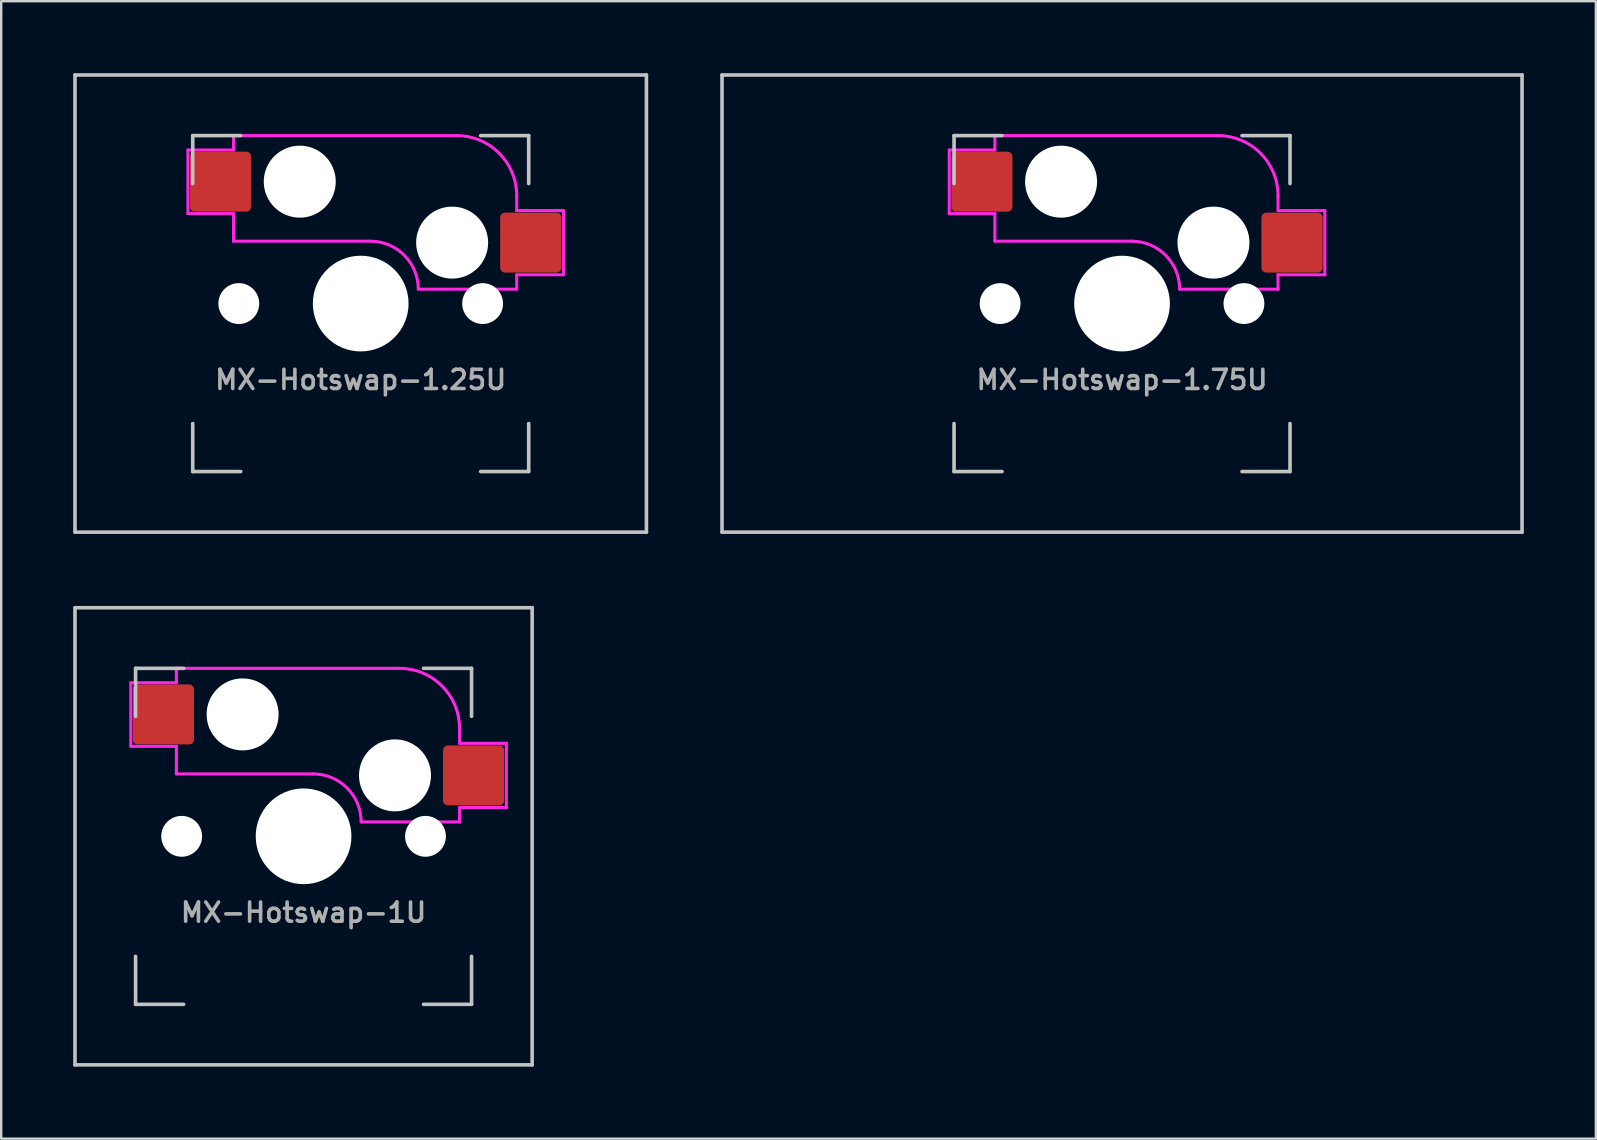
<source format=kicad_pcb>
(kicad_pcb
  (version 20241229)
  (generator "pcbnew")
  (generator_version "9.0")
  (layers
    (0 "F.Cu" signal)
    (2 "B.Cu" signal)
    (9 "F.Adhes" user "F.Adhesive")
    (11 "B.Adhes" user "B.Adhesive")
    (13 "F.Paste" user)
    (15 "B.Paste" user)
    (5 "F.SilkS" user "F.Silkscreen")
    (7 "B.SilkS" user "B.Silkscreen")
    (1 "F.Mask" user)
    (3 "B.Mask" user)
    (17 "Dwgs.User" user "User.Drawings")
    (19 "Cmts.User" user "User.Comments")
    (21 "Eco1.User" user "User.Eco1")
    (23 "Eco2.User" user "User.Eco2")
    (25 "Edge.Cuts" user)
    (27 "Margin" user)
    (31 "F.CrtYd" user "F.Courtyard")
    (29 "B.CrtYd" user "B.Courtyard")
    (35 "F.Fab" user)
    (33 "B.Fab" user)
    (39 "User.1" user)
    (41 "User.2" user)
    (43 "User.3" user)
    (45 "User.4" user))
  (footprint "MX-Hotswap-1U"
    (layer "F.Cu")
    (at 9.6 31.8)
    (property "Reference" "MX-Hotswap-1U" (at 0 3.175 0) (layer "F.Fab") (effects (font (size 0.8 0.8) (thickness 0.15))))
    (attr smd)
    (fp_line (start -9.525 -9.525) (end 9.525 -9.525) (stroke (width 0.15) (type solid)) (layer "Dwgs.User"))
    (fp_line (start -9.525 9.525) (end -9.525 -9.525) (stroke (width 0.15) (type solid)) (layer "Dwgs.User"))
    (fp_line (start -9.525 9.525) (end 9.525 9.525) (stroke (width 0.15) (type solid)) (layer "Dwgs.User"))
    (fp_line (start -7 -7) (end -7 -5) (stroke (width 0.15) (type solid)) (layer "Dwgs.User"))
    (fp_line (start -7 7) (end -7 5) (stroke (width 0.15) (type solid)) (layer "Dwgs.User"))
    (fp_line (start -5 -7) (end -7 -7) (stroke (width 0.15) (type solid)) (layer "Dwgs.User"))
    (fp_line (start -5 7) (end -7 7) (stroke (width 0.15) (type solid)) (layer "Dwgs.User"))
    (fp_line (start 5 -7) (end 7 -7) (stroke (width 0.15) (type solid)) (layer "Dwgs.User"))
    (fp_line (start 7 -7) (end 7 -5) (stroke (width 0.15) (type solid)) (layer "Dwgs.User"))
    (fp_line (start 7 5) (end 7 7) (stroke (width 0.15) (type solid)) (layer "Dwgs.User"))
    (fp_line (start 7 7) (end 5 7) (stroke (width 0.15) (type solid)) (layer "Dwgs.User"))
    (fp_line (start 9.525 9.525) (end 9.525 -9.525) (stroke (width 0.15) (type solid)) (layer "Dwgs.User"))
    (fp_line (start -7.2 -6.4) (end -7.2 -3.75) (stroke (width 0.127) (type solid)) (layer "F.CrtYd"))
    (fp_line (start -7.2 -3.75) (end -5.3 -3.75) (stroke (width 0.127) (type solid)) (layer "F.CrtYd"))
    (fp_line (start -5.3 -7) (end -5.3 -6.4) (stroke (width 0.127) (type solid)) (layer "F.CrtYd"))
    (fp_line (start -5.3 -7) (end 4 -7) (stroke (width 0.127) (type solid)) (layer "F.CrtYd"))
    (fp_line (start -5.3 -6.4) (end -7.2 -6.4) (stroke (width 0.127) (type solid)) (layer "F.CrtYd"))
    (fp_line (start -5.3 -2.6) (end -5.3 -3.75) (stroke (width 0.127) (type solid)) (layer "F.CrtYd"))
    (fp_line (start 0.4 -2.6) (end -5.3 -2.6) (stroke (width 0.127) (type solid)) (layer "F.CrtYd"))
    (fp_line (start 6.5 -4.5) (end 6.5 -3.875) (stroke (width 0.127) (type solid)) (layer "F.CrtYd"))
    (fp_line (start 6.5 -3.875) (end 8.45 -3.875) (stroke (width 0.127) (type solid)) (layer "F.CrtYd"))
    (fp_line (start 6.5 -0.6) (end 2.4 -0.6) (stroke (width 0.127) (type solid)) (layer "F.CrtYd"))
    (fp_line (start 6.5 -0.6) (end 6.5 -1.2) (stroke (width 0.127) (type solid)) (layer "F.CrtYd"))
    (fp_line (start 8.45 -3.875) (end 8.45 -1.2) (stroke (width 0.127) (type solid)) (layer "F.CrtYd"))
    (fp_line (start 8.45 -1.2) (end 6.5 -1.2) (stroke (width 0.127) (type solid)) (layer "F.CrtYd"))
    (fp_arc (start 0.4 -2.6) (mid 1.814214 -2.014214) (end 2.4 -0.6) (stroke (width 0.127) (type solid)) (layer "F.CrtYd"))
    (fp_arc (start 4 -7) (mid 5.767767 -6.267767) (end 6.5 -4.5) (stroke (width 0.127) (type solid)) (layer "F.CrtYd"))
    (pad "" np_thru_hole circle (at -5.08 0 311.901) (size 1.702 1.702) (drill 1.702) (layers "*.Cu" "*.Mask"))
    (pad "" np_thru_hole circle (at -2.54 -5.08) (size 3 3) (drill 3) (layers "*.Cu" "*.Mask"))
    (pad "" np_thru_hole circle (at 0 0) (size 3.988 3.988) (drill 3.988) (layers "*.Cu" "*.Mask"))
    (pad "" np_thru_hole circle (at 3.81 -2.54) (size 3 3) (drill 3) (layers "*.Cu" "*.Mask"))
    (pad "" np_thru_hole circle (at 5.08 0 311.901) (size 1.702 1.702) (drill 1.702) (layers "*.Cu" "*.Mask"))
    (pad "1" smd roundrect (at 7.085 -2.54) (size 2.55 2.5) (layers "F.Cu" "F.Mask" "F.Paste") (roundrect_rratio 0.08))
    (pad "2" smd roundrect (at -5.842 -5.08) (size 2.55 2.5) (layers "F.Cu" "F.Mask" "F.Paste") (roundrect_rratio 0.08)))
  (footprint "MX-Hotswap-1.75U"
    (layer "F.Cu")
    (at 43.706 9.6)
    (property "Reference" "MX-Hotswap-1.75U" (at 0 3.175 0) (layer "F.Fab") (effects (font (size 0.8 0.8) (thickness 0.15))))
    (attr smd)
    (fp_line (start -16.669 -9.525) (end 16.669 -9.525) (stroke (width 0.15) (type solid)) (layer "Dwgs.User"))
    (fp_line (start -16.669 9.525) (end -16.669 -9.525) (stroke (width 0.15) (type solid)) (layer "Dwgs.User"))
    (fp_line (start -16.669 9.525) (end 16.669 9.525) (stroke (width 0.15) (type solid)) (layer "Dwgs.User"))
    (fp_line (start -7 -7) (end -7 -5) (stroke (width 0.15) (type solid)) (layer "Dwgs.User"))
    (fp_line (start -7 7) (end -7 5) (stroke (width 0.15) (type solid)) (layer "Dwgs.User"))
    (fp_line (start -5 -7) (end -7 -7) (stroke (width 0.15) (type solid)) (layer "Dwgs.User"))
    (fp_line (start -5 7) (end -7 7) (stroke (width 0.15) (type solid)) (layer "Dwgs.User"))
    (fp_line (start 5 -7) (end 7 -7) (stroke (width 0.15) (type solid)) (layer "Dwgs.User"))
    (fp_line (start 7 -7) (end 7 -5) (stroke (width 0.15) (type solid)) (layer "Dwgs.User"))
    (fp_line (start 7 5) (end 7 7) (stroke (width 0.15) (type solid)) (layer "Dwgs.User"))
    (fp_line (start 7 7) (end 5 7) (stroke (width 0.15) (type solid)) (layer "Dwgs.User"))
    (fp_line (start 16.669 9.525) (end 16.669 -9.525) (stroke (width 0.15) (type solid)) (layer "Dwgs.User"))
    (fp_line (start -7.2 -6.4) (end -7.2 -3.75) (stroke (width 0.127) (type solid)) (layer "F.CrtYd"))
    (fp_line (start -7.2 -3.75) (end -5.3 -3.75) (stroke (width 0.127) (type solid)) (layer "F.CrtYd"))
    (fp_line (start -5.3 -7) (end -5.3 -6.4) (stroke (width 0.127) (type solid)) (layer "F.CrtYd"))
    (fp_line (start -5.3 -7) (end 4 -7) (stroke (width 0.127) (type solid)) (layer "F.CrtYd"))
    (fp_line (start -5.3 -6.4) (end -7.2 -6.4) (stroke (width 0.127) (type solid)) (layer "F.CrtYd"))
    (fp_line (start -5.3 -2.6) (end -5.3 -3.75) (stroke (width 0.127) (type solid)) (layer "F.CrtYd"))
    (fp_line (start 0.4 -2.6) (end -5.3 -2.6) (stroke (width 0.127) (type solid)) (layer "F.CrtYd"))
    (fp_line (start 6.5 -4.5) (end 6.5 -3.875) (stroke (width 0.127) (type solid)) (layer "F.CrtYd"))
    (fp_line (start 6.5 -3.875) (end 8.45 -3.875) (stroke (width 0.127) (type solid)) (layer "F.CrtYd"))
    (fp_line (start 6.5 -0.6) (end 2.4 -0.6) (stroke (width 0.127) (type solid)) (layer "F.CrtYd"))
    (fp_line (start 6.5 -0.6) (end 6.5 -1.2) (stroke (width 0.127) (type solid)) (layer "F.CrtYd"))
    (fp_line (start 8.45 -3.875) (end 8.45 -1.2) (stroke (width 0.127) (type solid)) (layer "F.CrtYd"))
    (fp_line (start 8.45 -1.2) (end 6.5 -1.2) (stroke (width 0.127) (type solid)) (layer "F.CrtYd"))
    (fp_arc (start 0.4 -2.6) (mid 1.814214 -2.014214) (end 2.4 -0.6) (stroke (width 0.127) (type solid)) (layer "F.CrtYd"))
    (fp_arc (start 4 -7) (mid 5.767767 -6.267767) (end 6.5 -4.5) (stroke (width 0.127) (type solid)) (layer "F.CrtYd"))
    (pad "" np_thru_hole circle (at -5.08 0 311.901) (size 1.702 1.702) (drill 1.702) (layers "*.Cu" "*.Mask"))
    (pad "" np_thru_hole circle (at -2.54 -5.08) (size 3 3) (drill 3) (layers "*.Cu" "*.Mask"))
    (pad "" np_thru_hole circle (at 0 0) (size 3.988 3.988) (drill 3.988) (layers "*.Cu" "*.Mask"))
    (pad "" np_thru_hole circle (at 3.81 -2.54) (size 3 3) (drill 3) (layers "*.Cu" "*.Mask"))
    (pad "" np_thru_hole circle (at 5.08 0 311.901) (size 1.702 1.702) (drill 1.702) (layers "*.Cu" "*.Mask"))
    (pad "1" smd roundrect (at 7.085 -2.54) (size 2.55 2.5) (layers "F.Cu" "F.Mask" "F.Paste") (roundrect_rratio 0.08))
    (pad "2" smd roundrect (at -5.842 -5.08) (size 2.55 2.5) (layers "F.Cu" "F.Mask" "F.Paste") (roundrect_rratio 0.08)))
  (footprint "MX-Hotswap-1.25U"
    (layer "F.Cu")
    (at 11.981 9.6)
    (property "Reference" "MX-Hotswap-1.25U" (at 0 3.175 0) (layer "F.Fab") (effects (font (size 0.8 0.8) (thickness 0.15))))
    (attr smd)
    (fp_line (start -11.906 -9.525) (end 11.906 -9.525) (stroke (width 0.15) (type solid)) (layer "Dwgs.User"))
    (fp_line (start -11.906 9.525) (end -11.906 -9.525) (stroke (width 0.15) (type solid)) (layer "Dwgs.User"))
    (fp_line (start -11.906 9.525) (end 11.906 9.525) (stroke (width 0.15) (type solid)) (layer "Dwgs.User"))
    (fp_line (start -7 -7) (end -7 -5) (stroke (width 0.15) (type solid)) (layer "Dwgs.User"))
    (fp_line (start -7 7) (end -7 5) (stroke (width 0.15) (type solid)) (layer "Dwgs.User"))
    (fp_line (start -5 -7) (end -7 -7) (stroke (width 0.15) (type solid)) (layer "Dwgs.User"))
    (fp_line (start -5 7) (end -7 7) (stroke (width 0.15) (type solid)) (layer "Dwgs.User"))
    (fp_line (start 5 -7) (end 7 -7) (stroke (width 0.15) (type solid)) (layer "Dwgs.User"))
    (fp_line (start 7 -7) (end 7 -5) (stroke (width 0.15) (type solid)) (layer "Dwgs.User"))
    (fp_line (start 7 5) (end 7 7) (stroke (width 0.15) (type solid)) (layer "Dwgs.User"))
    (fp_line (start 7 7) (end 5 7) (stroke (width 0.15) (type solid)) (layer "Dwgs.User"))
    (fp_line (start 11.906 9.525) (end 11.906 -9.525) (stroke (width 0.15) (type solid)) (layer "Dwgs.User"))
    (fp_line (start -7.2 -6.4) (end -7.2 -3.75) (stroke (width 0.127) (type solid)) (layer "F.CrtYd"))
    (fp_line (start -7.2 -3.75) (end -5.3 -3.75) (stroke (width 0.127) (type solid)) (layer "F.CrtYd"))
    (fp_line (start -5.3 -7) (end -5.3 -6.4) (stroke (width 0.127) (type solid)) (layer "F.CrtYd"))
    (fp_line (start -5.3 -7) (end 4 -7) (stroke (width 0.127) (type solid)) (layer "F.CrtYd"))
    (fp_line (start -5.3 -6.4) (end -7.2 -6.4) (stroke (width 0.127) (type solid)) (layer "F.CrtYd"))
    (fp_line (start -5.3 -2.6) (end -5.3 -3.75) (stroke (width 0.127) (type solid)) (layer "F.CrtYd"))
    (fp_line (start 0.4 -2.6) (end -5.3 -2.6) (stroke (width 0.127) (type solid)) (layer "F.CrtYd"))
    (fp_line (start 6.5 -4.5) (end 6.5 -3.875) (stroke (width 0.127) (type solid)) (layer "F.CrtYd"))
    (fp_line (start 6.5 -3.875) (end 8.45 -3.875) (stroke (width 0.127) (type solid)) (layer "F.CrtYd"))
    (fp_line (start 6.5 -0.6) (end 2.4 -0.6) (stroke (width 0.127) (type solid)) (layer "F.CrtYd"))
    (fp_line (start 6.5 -0.6) (end 6.5 -1.2) (stroke (width 0.127) (type solid)) (layer "F.CrtYd"))
    (fp_line (start 8.45 -3.875) (end 8.45 -1.2) (stroke (width 0.127) (type solid)) (layer "F.CrtYd"))
    (fp_line (start 8.45 -1.2) (end 6.5 -1.2) (stroke (width 0.127) (type solid)) (layer "F.CrtYd"))
    (fp_arc (start 0.4 -2.6) (mid 1.814214 -2.014214) (end 2.4 -0.6) (stroke (width 0.127) (type solid)) (layer "F.CrtYd"))
    (fp_arc (start 4 -7) (mid 5.767767 -6.267767) (end 6.5 -4.5) (stroke (width 0.127) (type solid)) (layer "F.CrtYd"))
    (pad "" np_thru_hole circle (at -5.08 0 311.901) (size 1.702 1.702) (drill 1.702) (layers "*.Cu" "*.Mask"))
    (pad "" np_thru_hole circle (at -2.54 -5.08) (size 3 3) (drill 3) (layers "*.Cu" "*.Mask"))
    (pad "" np_thru_hole circle (at 0 0) (size 3.988 3.988) (drill 3.988) (layers "*.Cu" "*.Mask"))
    (pad "" np_thru_hole circle (at 3.81 -2.54) (size 3 3) (drill 3) (layers "*.Cu" "*.Mask"))
    (pad "" np_thru_hole circle (at 5.08 0 311.901) (size 1.702 1.702) (drill 1.702) (layers "*.Cu" "*.Mask"))
    (pad "1" smd roundrect (at 7.085 -2.54) (size 2.55 2.5) (layers "F.Cu" "F.Mask" "F.Paste") (roundrect_rratio 0.08))
    (pad "2" smd roundrect (at -5.842 -5.08) (size 2.55 2.5) (layers "F.Cu" "F.Mask" "F.Paste") (roundrect_rratio 0.08)))
  (gr_rect
    (start -3 -3)
    (end 63.45 44.4)
    (stroke (width 0.1) (type default))
    (fill no)
    (layer "Edge.Cuts")))
</source>
